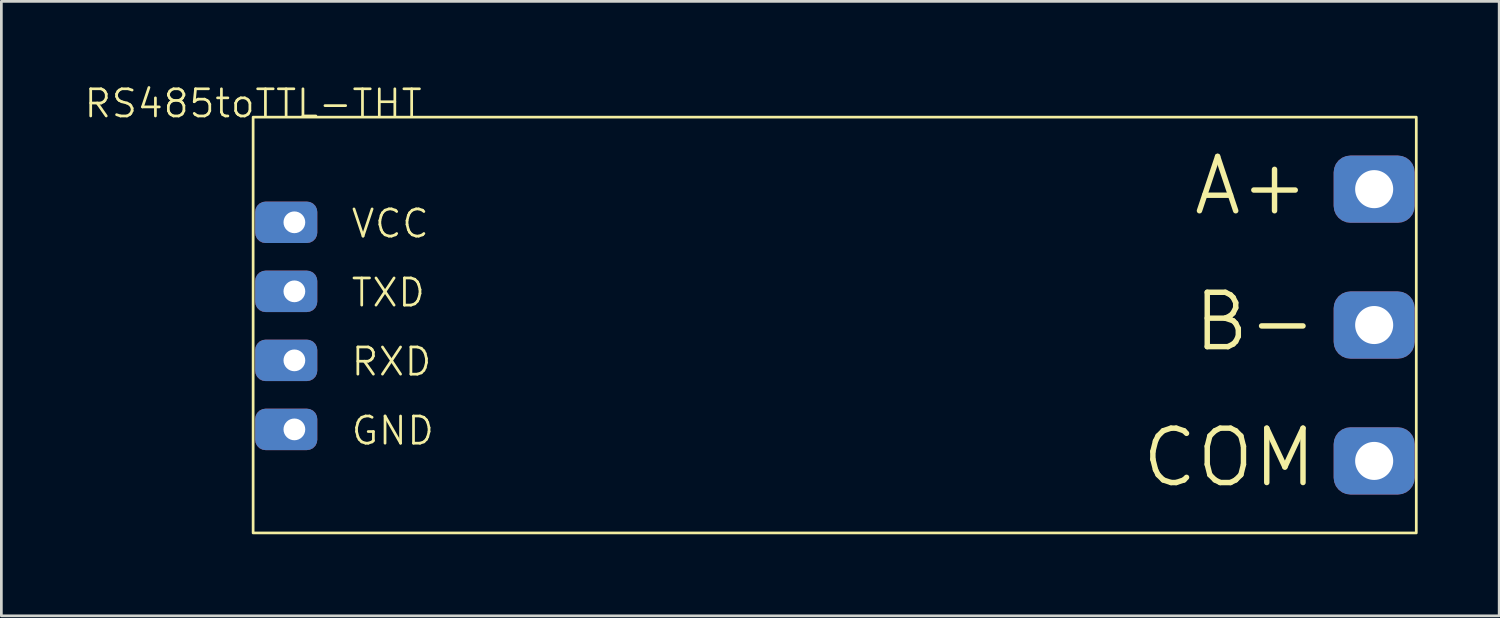
<source format=kicad_pcb>
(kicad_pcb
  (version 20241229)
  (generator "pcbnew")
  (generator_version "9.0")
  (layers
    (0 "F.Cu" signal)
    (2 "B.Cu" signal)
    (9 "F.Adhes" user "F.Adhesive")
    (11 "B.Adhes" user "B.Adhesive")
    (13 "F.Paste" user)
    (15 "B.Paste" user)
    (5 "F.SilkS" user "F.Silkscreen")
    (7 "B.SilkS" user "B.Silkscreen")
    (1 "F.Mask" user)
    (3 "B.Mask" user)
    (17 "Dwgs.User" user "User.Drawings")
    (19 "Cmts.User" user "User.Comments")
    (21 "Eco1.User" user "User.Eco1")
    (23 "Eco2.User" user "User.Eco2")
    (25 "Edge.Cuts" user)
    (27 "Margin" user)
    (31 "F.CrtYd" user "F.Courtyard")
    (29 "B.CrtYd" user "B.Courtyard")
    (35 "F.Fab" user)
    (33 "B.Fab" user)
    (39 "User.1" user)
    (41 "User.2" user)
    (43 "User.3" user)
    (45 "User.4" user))
  (footprint "RS485toTTL-THT"
    (layer "F.Cu")
    (at 6.264 1.26)
    (property "Reference" "RS485toTTL-THT" (at 0 -0.5 0) (unlocked yes) (layer "F.SilkS") (effects (font (size 1 1) (thickness 0.1))))
    (attr smd)
    (fp_rect (start 0 0) (end 42.8 15.3) (stroke (width 0.1) (type default)) (fill no) (layer "F.SilkS"))
    (fp_text user "B-" (at 34.5 8.7 0) (unlocked yes) (layer "F.SilkS") (effects (font (size 2 2) (thickness 0.2)) (justify left bottom)))
    (fp_text user "RXD" (at 3.55 9.585 0) (unlocked yes) (layer "F.SilkS") (effects (font (size 1 1) (thickness 0.1)) (justify left bottom)))
    (fp_text user "VCC" (at 3.55 4.505 0) (unlocked yes) (layer "F.SilkS") (effects (font (size 1 1) (thickness 0.1)) (justify left bottom)))
    (fp_text user "TXD" (at 3.55 7.045 0) (unlocked yes) (layer "F.SilkS") (effects (font (size 1 1) (thickness 0.1)) (justify left bottom)))
    (fp_text user "GND" (at 3.55 12.125 0) (unlocked yes) (layer "F.SilkS") (effects (font (size 1 1) (thickness 0.1)) (justify left bottom)))
    (fp_text user "A+" (at 34.5 3.7 0) (unlocked yes) (layer "F.SilkS") (effects (font (size 2 2) (thickness 0.2)) (justify left bottom)))
    (fp_text user "COM" (at 32.595 13.7 0) (unlocked yes) (layer "F.SilkS") (effects (font (size 2 2) (thickness 0.2)) (justify left bottom)))
    (pad "1" thru_hole roundrect (at 1.518 3.87) (size 2.286 1.524) (drill 0.8 (offset -0.3 0)) (layers "*.Cu" "*.Mask") (roundrect_rratio 0.25))
    (pad "2" thru_hole roundrect (at 1.518 6.41) (size 2.286 1.524) (drill 0.8 (offset -0.3 0)) (layers "*.Cu" "*.Mask") (roundrect_rratio 0.25))
    (pad "3" thru_hole roundrect (at 1.518 8.95) (size 2.286 1.524) (drill 0.8 (offset -0.3 0)) (layers "*.Cu" "*.Mask") (roundrect_rratio 0.25))
    (pad "4" thru_hole roundrect (at 1.518 11.49) (size 2.286 1.524) (drill 0.8 (offset -0.3 0)) (layers "*.Cu" "*.Mask") (roundrect_rratio 0.25))
    (pad "5" thru_hole roundrect (at 41.25 12.65) (size 2.981 2.473) (drill 1.4) (layers "*.Cu" "*.Mask") (roundrect_rratio 0.25))
    (pad "6" thru_hole roundrect (at 41.25 7.65) (size 2.981 2.473) (drill 1.4) (layers "*.Cu" "*.Mask") (roundrect_rratio 0.25))
    (pad "7" thru_hole roundrect (at 41.25 2.65) (size 2.981 2.473) (drill 1.4) (layers "*.Cu" "*.Mask") (roundrect_rratio 0.25)))
  (gr_rect
    (start -3 -3)
    (end 52.114 19.61)
    (stroke (width 0.1) (type default))
    (fill no)
    (layer "Edge.Cuts")))
</source>
